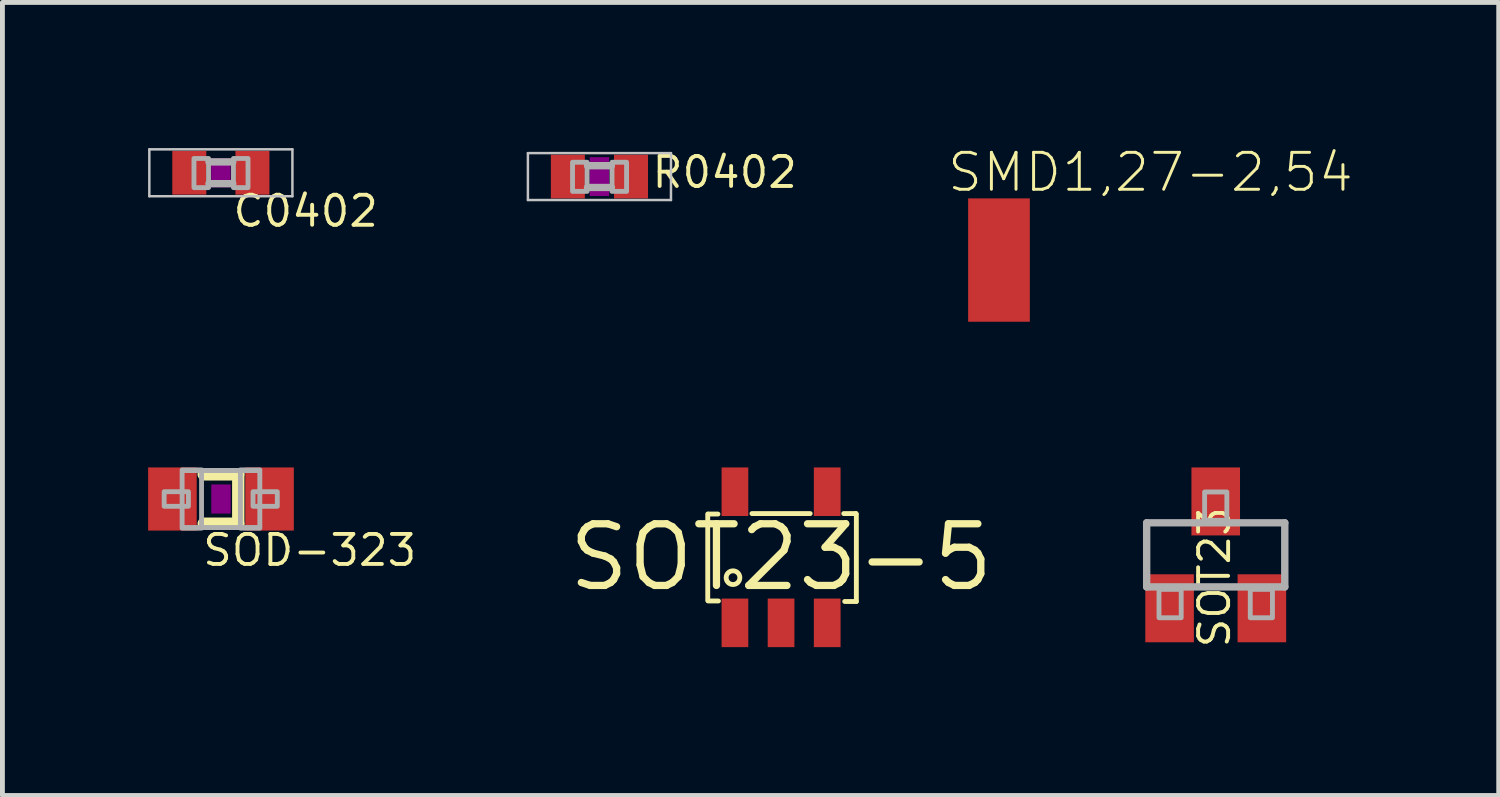
<source format=kicad_pcb>
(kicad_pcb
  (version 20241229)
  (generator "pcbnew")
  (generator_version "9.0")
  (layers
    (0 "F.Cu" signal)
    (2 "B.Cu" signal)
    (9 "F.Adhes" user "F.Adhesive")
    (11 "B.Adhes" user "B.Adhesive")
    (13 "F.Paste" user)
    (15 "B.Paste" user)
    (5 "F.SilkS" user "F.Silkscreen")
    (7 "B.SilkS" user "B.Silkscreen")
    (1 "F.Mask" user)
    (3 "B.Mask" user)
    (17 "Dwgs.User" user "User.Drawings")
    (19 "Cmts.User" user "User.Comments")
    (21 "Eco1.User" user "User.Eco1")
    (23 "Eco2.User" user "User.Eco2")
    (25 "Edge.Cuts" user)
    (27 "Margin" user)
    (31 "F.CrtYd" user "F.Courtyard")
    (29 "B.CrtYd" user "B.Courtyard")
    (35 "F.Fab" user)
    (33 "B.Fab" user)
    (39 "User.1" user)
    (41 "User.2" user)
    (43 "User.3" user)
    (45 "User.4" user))
  (footprint "SOD-323"
    (layer "F.Cu")
    (at 1.5 7.225)
    (property "Reference" "SOD-323" (at -0.418 1.417 180) (layer "F.SilkS") (effects (font (size 0.618 0.618) (thickness 0.08)) (justify left bottom)))
    (attr through_hole)
    (fp_line (start -0.356 -0.508) (end 0.356 -0.508) (stroke (width 0.254) (type solid)) (layer "F.SilkS"))
    (fp_line (start -0.356 0.508) (end 0.356 0.508) (stroke (width 0.254) (type solid)) (layer "F.SilkS"))
    (fp_line (start 0.356 -0.508) (end 0.356 0.508) (stroke (width 0.254) (type solid)) (layer "F.SilkS"))
    (fp_poly (pts (xy 0.252 0.6) (xy 0.452 0.6) (xy 0.452 -0.6) (xy 0.252 -0.6)) (stroke (width 0) (type solid)) (fill yes) (layer "F.SilkS"))
    (fp_poly (pts (xy -0.2 0.3) (xy 0.2 0.3) (xy 0.2 -0.3) (xy -0.2 -0.3)) (stroke (width 0) (type solid)) (fill yes) (layer "F.Adhes"))
    (fp_line (start -0.765 -0.587) (end 0.765 -0.587) (stroke (width 0.102) (type solid)) (layer "F.Fab"))
    (fp_line (start -0.765 0.587) (end 0.765 0.587) (stroke (width 0.102) (type solid)) (layer "F.Fab"))
    (fp_poly (pts (xy -1.17 0.15) (xy -0.67 0.15) (xy -0.67 -0.15) (xy -1.17 -0.15)) (stroke (width 0.1) (type solid)) (fill no) (layer "F.Fab"))
    (fp_poly (pts (xy -0.8 0.6) (xy -0.4 0.6) (xy -0.4 -0.6) (xy -0.8 -0.6)) (stroke (width 0.1) (type solid)) (fill no) (layer "F.Fab"))
    (fp_poly (pts (xy 0.4 0.6) (xy 0.8 0.6) (xy 0.8 -0.6) (xy 0.4 -0.6)) (stroke (width 0.1) (type solid)) (fill no) (layer "F.Fab"))
    (fp_poly (pts (xy 0.66 0.15) (xy 1.16 0.15) (xy 1.16 -0.15) (xy 0.66 -0.15)) (stroke (width 0.1) (type solid)) (fill no) (layer "F.Fab"))
    (pad "1" smd rect (at -1 0) (size 1 1.3) (layers "F.Cu" "F.Mask" "F.Paste"))
    (pad "2" smd rect (at 1 0) (size 1 1.3) (layers "F.Cu" "F.Mask" "F.Paste")))
  (footprint "SOT23"
    (layer "F.Cu")
    (at 21.983 8.375)
    (property "Reference" "SOT23" (at 0.335 1.956 90) (layer "F.SilkS") (effects (font (size 0.618 0.618) (thickness 0.08)) (justify left bottom)))
    (attr through_hole)
    (fp_line (start -1.422 -0.66) (end 1.422 -0.66) (stroke (width 0.152) (type solid)) (layer "F.Fab"))
    (fp_line (start -1.422 0.66) (end -1.422 -0.66) (stroke (width 0.152) (type solid)) (layer "F.Fab"))
    (fp_line (start 1.422 -0.66) (end 1.422 0.66) (stroke (width 0.152) (type solid)) (layer "F.Fab"))
    (fp_line (start 1.422 0.66) (end -1.422 0.66) (stroke (width 0.152) (type solid)) (layer "F.Fab"))
    (fp_poly (pts (xy -1.168 1.295) (xy -0.711 1.295) (xy -0.711 0.711) (xy -1.168 0.711)) (stroke (width 0.1) (type solid)) (fill no) (layer "F.Fab"))
    (fp_poly (pts (xy -0.229 -0.711) (xy 0.229 -0.711) (xy 0.229 -1.295) (xy -0.229 -1.295)) (stroke (width 0.1) (type solid)) (fill no) (layer "F.Fab"))
    (fp_poly (pts (xy 0.711 1.295) (xy 1.168 1.295) (xy 1.168 0.711) (xy 0.711 0.711)) (stroke (width 0.1) (type solid)) (fill no) (layer "F.Fab"))
    (pad "1" smd rect (at -0.95 1.1) (size 1 1.4) (layers "F.Cu" "F.Mask" "F.Paste"))
    (pad "2" smd rect (at 0.95 1.1) (size 1 1.4) (layers "F.Cu" "F.Mask" "F.Paste"))
    (pad "3" smd rect (at 0 -1.1) (size 1 1.4) (layers "F.Cu" "F.Mask" "F.Paste")))
  (footprint "R0402"
    (layer "F.Cu")
    (at 9.293 0.586)
    (property "Reference" "R0402" (at 1.04 0.273 180) (layer "F.SilkS") (effects (font (size 0.618 0.618) (thickness 0.08)) (justify left bottom)))
    (attr through_hole)
    (fp_poly (pts (xy -0.2 0.4) (xy 0.2 0.4) (xy 0.2 -0.4) (xy -0.2 -0.4)) (stroke (width 0) (type solid)) (fill yes) (layer "F.Adhes"))
    (fp_line (start -1.473 -0.483) (end 1.473 -0.483) (stroke (width 0.051) (type solid)) (layer "Dwgs.User"))
    (fp_line (start -1.473 0.483) (end -1.473 -0.483) (stroke (width 0.051) (type solid)) (layer "Dwgs.User"))
    (fp_line (start 1.473 -0.483) (end 1.473 0.483) (stroke (width 0.051) (type solid)) (layer "Dwgs.User"))
    (fp_line (start 1.473 0.483) (end -1.473 0.483) (stroke (width 0.051) (type solid)) (layer "Dwgs.User"))
    (fp_line (start -0.245 -0.224) (end 0.245 -0.224) (stroke (width 0.152) (type solid)) (layer "F.Fab"))
    (fp_line (start 0.245 0.224) (end -0.245 0.224) (stroke (width 0.152) (type solid)) (layer "F.Fab"))
    (fp_poly (pts (xy -0.554 0.305) (xy -0.254 0.305) (xy -0.254 -0.295) (xy -0.554 -0.295)) (stroke (width 0.1) (type solid)) (fill no) (layer "F.Fab"))
    (fp_poly (pts (xy 0.259 0.305) (xy 0.559 0.305) (xy 0.559 -0.295) (xy 0.259 -0.295)) (stroke (width 0.1) (type solid)) (fill no) (layer "F.Fab"))
    (pad "1" smd rect (at -0.65 0) (size 0.7 0.9) (layers "F.Cu" "F.Mask" "F.Paste"))
    (pad "2" smd rect (at 0.65 0) (size 0.7 0.9) (layers "F.Cu" "F.Mask" "F.Paste")))
  (footprint "SMD1,27-2,54"
    (layer "F.Cu")
    (at 17.52 2.305)
    (property "Reference" "SMD1,27-2,54" (at -1.101 -1.362 180) (layer "F.SilkS") (effects (font (size 0.76 0.76) (thickness 0.061)) (justify left bottom)))
    (attr through_hole)
    (pad "1" smd rect (at 0 0) (size 1.27 2.54) (layers "F.Cu" "F.Mask" "F.Paste")))
  (footprint "SOT23-5"
    (layer "F.Cu")
    (at 13.033 8.425)
    (property "Reference" "SOT23-5" (at 0 0 0) (layer "F.SilkS") (effects (font (size 1.27 1.27) (thickness 0.15))))
    (attr through_hole)
    (fp_line (start -1.51 -0.89) (end -1.51 0.89) (stroke (width 0.1) (type solid)) (layer "F.SilkS"))
    (fp_line (start -1.5 -0.89) (end -1.3 -0.89) (stroke (width 0.1) (type solid)) (layer "F.SilkS"))
    (fp_line (start -1.5 0.9) (end -1.29 0.9) (stroke (width 0.1) (type solid)) (layer "F.SilkS"))
    (fp_line (start -0.6 -0.9) (end 0.6 -0.9) (stroke (width 0.1) (type solid)) (layer "F.SilkS"))
    (fp_line (start 1.29 -0.9) (end 1.54 -0.9) (stroke (width 0.1) (type solid)) (layer "F.SilkS"))
    (fp_line (start 1.54 -0.9) (end 1.54 -0.89) (stroke (width 0.1) (type solid)) (layer "F.SilkS"))
    (fp_line (start 1.55 -0.89) (end 1.55 0.91) (stroke (width 0.1) (type solid)) (layer "F.SilkS"))
    (fp_line (start 1.55 0.91) (end 1.31 0.91) (stroke (width 0.1) (type solid)) (layer "F.SilkS"))
    (fp_circle (center -0.99 0.42) (end -0.849 0.42) (stroke (width 0.1) (type solid)) (fill no) (layer "F.SilkS"))
    (pad "1" smd rect (at -0.95 1.35 90) (size 1 0.55) (layers "F.Cu" "F.Mask" "F.Paste"))
    (pad "2" smd rect (at 0 1.35 90) (size 1 0.55) (layers "F.Cu" "F.Mask" "F.Paste"))
    (pad "3" smd rect (at 0.95 1.35 90) (size 1 0.55) (layers "F.Cu" "F.Mask" "F.Paste"))
    (pad "4" smd rect (at 0.95 -1.35 90) (size 1 0.55) (layers "F.Cu" "F.Mask" "F.Paste"))
    (pad "5" smd rect (at -0.95 -1.35 90) (size 1 0.55) (layers "F.Cu" "F.Mask" "F.Paste")))
  (footprint "C0402"
    (layer "F.Cu")
    (at 1.498 0.508)
    (property "Reference" "C0402" (at 0.208 1.15 0) (layer "F.SilkS") (effects (font (size 0.618 0.618) (thickness 0.08)) (justify left bottom)))
    (attr through_hole)
    (fp_poly (pts (xy -0.2 0.3) (xy 0.2 0.3) (xy 0.2 -0.3) (xy -0.2 -0.3)) (stroke (width 0) (type solid)) (fill yes) (layer "F.Adhes"))
    (fp_line (start -1.473 -0.483) (end 1.473 -0.483) (stroke (width 0.051) (type solid)) (layer "Dwgs.User"))
    (fp_line (start -1.473 0.483) (end -1.473 -0.483) (stroke (width 0.051) (type solid)) (layer "Dwgs.User"))
    (fp_line (start 1.473 -0.483) (end 1.473 0.483) (stroke (width 0.051) (type solid)) (layer "Dwgs.User"))
    (fp_line (start 1.473 0.483) (end -1.473 0.483) (stroke (width 0.051) (type solid)) (layer "Dwgs.User"))
    (fp_line (start -0.245 -0.224) (end 0.245 -0.224) (stroke (width 0.152) (type solid)) (layer "F.Fab"))
    (fp_line (start 0.245 0.224) (end -0.245 0.224) (stroke (width 0.152) (type solid)) (layer "F.Fab"))
    (fp_poly (pts (xy -0.554 0.305) (xy -0.254 0.305) (xy -0.254 -0.295) (xy -0.554 -0.295)) (stroke (width 0.1) (type solid)) (fill no) (layer "F.Fab"))
    (fp_poly (pts (xy 0.259 0.305) (xy 0.559 0.305) (xy 0.559 -0.295) (xy 0.259 -0.295)) (stroke (width 0.1) (type solid)) (fill no) (layer "F.Fab"))
    (pad "1" smd rect (at -0.65 0) (size 0.7 0.9) (layers "F.Cu" "F.Mask" "F.Paste"))
    (pad "2" smd rect (at 0.65 0) (size 0.7 0.9) (layers "F.Cu" "F.Mask" "F.Paste")))
  (gr_rect
    (start -3 -3)
    (end 27.81 13.33)
    (stroke (width 0.1) (type default))
    (fill no)
    (layer "Edge.Cuts")))
</source>
